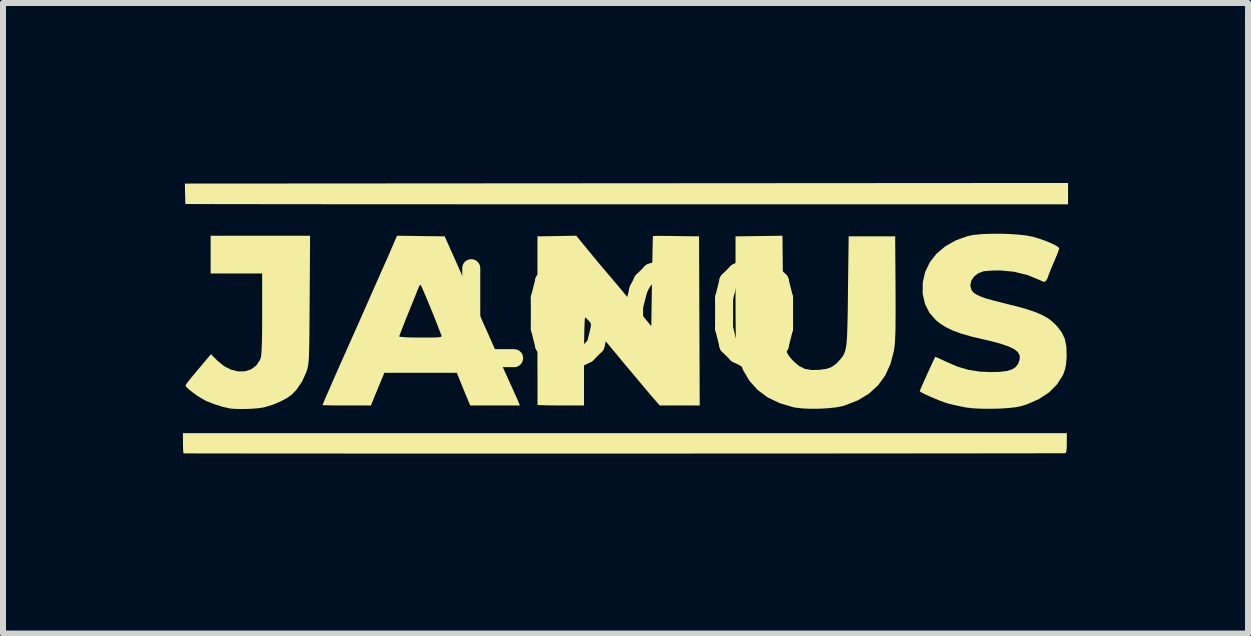
<source format=kicad_pcb>
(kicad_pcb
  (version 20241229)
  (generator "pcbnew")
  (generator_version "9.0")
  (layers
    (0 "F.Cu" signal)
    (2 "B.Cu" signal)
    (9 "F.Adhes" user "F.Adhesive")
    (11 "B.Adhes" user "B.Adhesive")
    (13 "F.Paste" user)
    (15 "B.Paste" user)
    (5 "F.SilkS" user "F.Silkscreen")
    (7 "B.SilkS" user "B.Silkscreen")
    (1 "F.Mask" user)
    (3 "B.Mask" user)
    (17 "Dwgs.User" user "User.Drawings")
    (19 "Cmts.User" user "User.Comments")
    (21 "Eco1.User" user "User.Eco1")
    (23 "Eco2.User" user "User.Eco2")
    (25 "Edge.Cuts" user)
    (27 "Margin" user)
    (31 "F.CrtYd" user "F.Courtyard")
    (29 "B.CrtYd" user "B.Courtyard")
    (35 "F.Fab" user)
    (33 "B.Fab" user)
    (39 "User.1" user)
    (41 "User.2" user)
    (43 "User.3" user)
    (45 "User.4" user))
  (footprint "LOGO"
    (layer "F.Cu")
    (at 7.377 2.242)
    (property "Reference" "LOGO" (at 0 0 0) (layer "F.SilkS") (effects (font (size 1.5 1.5) (thickness 0.3))))
    (attr board_only exclude_from_pos_files exclude_from_bom)
    (fp_poly (pts (xy 7.377 -2.064) (xy 7.377 -1.886) (xy 0.021 -1.886) (xy -0.532 -1.886) (xy -1.074 -1.886) (xy -1.603 -1.886) (xy -2.119 -1.886) (xy -2.619 -1.886) (xy -3.103 -1.887) (xy -3.569 -1.887) (xy -4.014 -1.887) (xy -4.438 -1.887) (xy -4.84 -1.887) (xy -5.217 -1.888) (xy -5.569 -1.888) (xy -5.893 -1.888) (xy -6.188 -1.889) (xy -6.453 -1.889) (xy -6.687 -1.889) (xy -6.887 -1.89) (xy -7.052 -1.89) (xy -7.181 -1.89) (xy -7.272 -1.891) (xy -7.324 -1.891) (xy -7.337 -1.891) (xy -7.338 -1.913) (xy -7.339 -1.967) (xy -7.341 -2.041) (xy -7.342 -2.064) (xy -7.345 -2.232) (xy 0.016 -2.237) (xy 7.377 -2.242)) (stroke (width 0) (type solid)) (fill yes) (layer "F.SilkS"))
    (fp_poly (pts (xy 7.356 2.096) (xy 7.354 2.187) (xy 7.346 2.241) (xy 7.334 2.263) (xy 7.33 2.263) (xy 7.134 2.264) (xy 6.906 2.264) (xy 6.649 2.265) (xy 6.363 2.265) (xy 6.052 2.265) (xy 5.716 2.266) (xy 5.358 2.266) (xy 4.979 2.266) (xy 4.581 2.267) (xy 4.166 2.267) (xy 3.736 2.267) (xy 3.292 2.268) (xy 2.837 2.268) (xy 2.371 2.268) (xy 1.898 2.268) (xy 1.418 2.268) (xy 0.934 2.269) (xy 0.447 2.269) (xy -0.041 2.269) (xy -0.528 2.269) (xy -1.013 2.269) (xy -1.492 2.269) (xy -1.966 2.269) (xy -2.431 2.269) (xy -2.887 2.269) (xy -3.33 2.269) (xy -3.761 2.269) (xy -4.176 2.269) (xy -4.573 2.269) (xy -4.952 2.268) (xy -5.31 2.268) (xy -5.646 2.268) (xy -5.957 2.268) (xy -6.243 2.268) (xy -6.5 2.267) (xy -6.727 2.267) (xy -6.923 2.267) (xy -7.086 2.267) (xy -7.213 2.266) (xy -7.304 2.266) (xy -7.356 2.265) (xy -7.368 2.265) (xy -7.372 2.241) (xy -7.375 2.187) (xy -7.377 2.112) (xy -7.377 2.092) (xy -7.377 1.928) (xy -0.01 1.928) (xy 7.356 1.928)) (stroke (width 0) (type solid)) (fill yes) (layer "F.SilkS"))
    (fp_poly (pts (xy -5.265 -0.299) (xy -5.267 -0.06) (xy -5.268 0.141) (xy -5.27 0.308) (xy -5.272 0.444) (xy -5.274 0.554) (xy -5.277 0.641) (xy -5.281 0.71) (xy -5.286 0.763) (xy -5.292 0.806) (xy -5.3 0.841) (xy -5.309 0.873) (xy -5.318 0.903) (xy -5.389 1.064) (xy -5.485 1.205) (xy -5.561 1.284) (xy -5.646 1.345) (xy -5.759 1.404) (xy -5.884 1.456) (xy -6.009 1.494) (xy -6.033 1.5) (xy -6.123 1.513) (xy -6.238 1.522) (xy -6.362 1.526) (xy -6.48 1.525) (xy -6.577 1.519) (xy -6.601 1.515) (xy -6.72 1.488) (xy -6.853 1.446) (xy -6.98 1.396) (xy -7.006 1.384) (xy -7.07 1.348) (xy -7.143 1.302) (xy -7.214 1.25) (xy -7.276 1.201) (xy -7.319 1.16) (xy -7.335 1.135) (xy -7.325 1.116) (xy -7.296 1.075) (xy -7.244 1.01) (xy -7.169 0.919) (xy -7.068 0.799) (xy -7.037 0.762) (xy -6.91 0.612) (xy -6.8 0.723) (xy -6.689 0.813) (xy -6.571 0.872) (xy -6.453 0.9) (xy -6.341 0.897) (xy -6.24 0.864) (xy -6.156 0.801) (xy -6.094 0.708) (xy -6.08 0.673) (xy -6.072 0.625) (xy -6.066 0.536) (xy -6.061 0.406) (xy -6.058 0.234) (xy -6.057 0.021) (xy -6.057 -0.066) (xy -6.057 -0.733) (xy -6.486 -0.733) (xy -6.916 -0.733) (xy -6.916 -1.048) (xy -6.916 -1.362) (xy -6.087 -1.362) (xy -5.258 -1.362)) (stroke (width 0) (type solid)) (fill yes) (layer "F.SilkS"))
    (fp_poly (pts (xy -0.594 -1.086) (xy -0.511 -0.985) (xy -0.429 -0.886) (xy -0.355 -0.799) (xy -0.297 -0.73) (xy -0.272 -0.702) (xy -0.231 -0.654) (xy -0.169 -0.58) (xy -0.09 -0.486) (xy -0.002 -0.38) (xy 0.091 -0.267) (xy 0.126 -0.225) (xy 0.43 0.145) (xy 0.441 -0.604) (xy 0.444 -0.776) (xy 0.447 -0.935) (xy 0.449 -1.076) (xy 0.452 -1.193) (xy 0.454 -1.282) (xy 0.456 -1.338) (xy 0.457 -1.357) (xy 0.478 -1.359) (xy 0.535 -1.36) (xy 0.62 -1.36) (xy 0.727 -1.359) (xy 0.844 -1.357) (xy 1.226 -1.352) (xy 1.231 0.058) (xy 1.237 1.467) (xy 0.903 1.467) (xy 0.57 1.467) (xy 0.465 1.346) (xy 0.422 1.297) (xy 0.357 1.22) (xy 0.274 1.121) (xy 0.177 1.005) (xy 0.071 0.879) (xy -0.04 0.746) (xy -0.151 0.612) (xy -0.259 0.483) (xy -0.358 0.363) (xy -0.445 0.258) (xy -0.515 0.173) (xy -0.564 0.114) (xy -0.574 0.101) (xy -0.619 0.048) (xy -0.656 0.012) (xy -0.673 0) (xy -0.678 0.02) (xy -0.682 0.078) (xy -0.685 0.167) (xy -0.688 0.285) (xy -0.69 0.425) (xy -0.691 0.584) (xy -0.692 0.733) (xy -0.692 1.467) (xy -1.079 1.467) (xy -1.202 1.466) (xy -1.308 1.465) (xy -1.392 1.463) (xy -1.447 1.46) (xy -1.467 1.457) (xy -1.467 1.434) (xy -1.467 1.374) (xy -1.467 1.278) (xy -1.467 1.151) (xy -1.467 0.996) (xy -1.468 0.816) (xy -1.468 0.615) (xy -1.468 0.397) (xy -1.468 0.164) (xy -1.468 0.047) (xy -1.468 -1.352) (xy -1.145 -1.357) (xy -0.821 -1.363)) (stroke (width 0) (type solid)) (fill yes) (layer "F.SilkS"))
    (fp_poly (pts (xy 2.625 -0.477) (xy 2.627 -0.242) (xy 2.63 -0.045) (xy 2.633 0.118) (xy 2.638 0.252) (xy 2.645 0.36) (xy 2.655 0.446) (xy 2.668 0.514) (xy 2.685 0.569) (xy 2.707 0.614) (xy 2.733 0.654) (xy 2.766 0.692) (xy 2.804 0.733) (xy 2.804 0.733) (xy 2.893 0.809) (xy 2.987 0.856) (xy 3.097 0.876) (xy 3.231 0.873) (xy 3.348 0.857) (xy 3.438 0.825) (xy 3.513 0.77) (xy 3.567 0.714) (xy 3.597 0.678) (xy 3.622 0.645) (xy 3.642 0.61) (xy 3.658 0.569) (xy 3.671 0.518) (xy 3.682 0.453) (xy 3.689 0.37) (xy 3.695 0.264) (xy 3.699 0.133) (xy 3.703 -0.029) (xy 3.706 -0.224) (xy 3.708 -0.44) (xy 3.72 -1.352) (xy 4.108 -1.352) (xy 4.495 -1.352) (xy 4.501 -0.493) (xy 4.502 -0.266) (xy 4.502 -0.077) (xy 4.501 0.079) (xy 4.5 0.207) (xy 4.496 0.311) (xy 4.492 0.396) (xy 4.486 0.467) (xy 4.478 0.527) (xy 4.474 0.555) (xy 4.417 0.774) (xy 4.329 0.967) (xy 4.209 1.132) (xy 4.056 1.271) (xy 3.872 1.382) (xy 3.656 1.466) (xy 3.615 1.478) (xy 3.509 1.499) (xy 3.374 1.513) (xy 3.225 1.521) (xy 3.074 1.522) (xy 2.934 1.515) (xy 2.819 1.501) (xy 2.799 1.497) (xy 2.569 1.428) (xy 2.371 1.333) (xy 2.204 1.21) (xy 2.067 1.059) (xy 1.96 0.878) (xy 1.881 0.668) (xy 1.873 0.639) (xy 1.864 0.6) (xy 1.856 0.559) (xy 1.85 0.511) (xy 1.845 0.451) (xy 1.841 0.377) (xy 1.838 0.282) (xy 1.836 0.164) (xy 1.835 0.018) (xy 1.834 -0.161) (xy 1.834 -0.377) (xy 1.834 -0.43) (xy 1.834 -1.352) (xy 2.225 -1.357) (xy 2.616 -1.363)) (stroke (width 0) (type solid)) (fill yes) (layer "F.SilkS"))
    (fp_poly (pts (xy -3.411 -1.357) (xy -3.014 -1.352) (xy -2.575 -0.367) (xy -2.488 -0.172) (xy -2.405 0.016) (xy -2.327 0.191) (xy -2.256 0.35) (xy -2.195 0.488) (xy -2.145 0.602) (xy -2.107 0.686) (xy -2.085 0.738) (xy -2.082 0.744) (xy -2.052 0.813) (xy -2.01 0.908) (xy -1.961 1.015) (xy -1.913 1.121) (xy -1.868 1.219) (xy -1.829 1.307) (xy -1.798 1.376) (xy -1.781 1.417) (xy -1.78 1.42) (xy -1.761 1.467) (xy -2.176 1.467) (xy -2.59 1.467) (xy -2.702 1.195) (xy -2.813 0.922) (xy -3.416 0.922) (xy -4.02 0.922) (xy -4.091 1.095) (xy -4.13 1.188) (xy -4.168 1.28) (xy -4.198 1.354) (xy -4.203 1.367) (xy -4.244 1.467) (xy -4.647 1.467) (xy -4.772 1.467) (xy -4.881 1.466) (xy -4.968 1.464) (xy -5.027 1.463) (xy -5.05 1.461) (xy -5.051 1.461) (xy -5.042 1.438) (xy -5.019 1.382) (xy -4.982 1.296) (xy -4.933 1.184) (xy -4.875 1.051) (xy -4.809 0.901) (xy -4.737 0.739) (xy -4.661 0.568) (xy -4.6 0.43) (xy -4.549 0.317) (xy -3.772 0.317) (xy -3.752 0.323) (xy -3.697 0.328) (xy -3.614 0.332) (xy -3.509 0.335) (xy -3.414 0.335) (xy -3.283 0.335) (xy -3.19 0.334) (xy -3.126 0.331) (xy -3.089 0.326) (xy -3.07 0.319) (xy -3.067 0.308) (xy -3.069 0.299) (xy -3.109 0.195) (xy -3.154 0.079) (xy -3.203 -0.043) (xy -3.252 -0.164) (xy -3.299 -0.278) (xy -3.342 -0.38) (xy -3.377 -0.462) (xy -3.403 -0.519) (xy -3.417 -0.544) (xy -3.418 -0.545) (xy -3.435 -0.528) (xy -3.454 -0.487) (xy -3.469 -0.45) (xy -3.496 -0.381) (xy -3.534 -0.288) (xy -3.578 -0.178) (xy -3.624 -0.065) (xy -3.671 0.05) (xy -3.711 0.153) (xy -3.743 0.236) (xy -3.765 0.293) (xy -3.772 0.317) (xy -3.772 0.317) (xy -4.549 0.317) (xy -4.532 0.277) (xy -4.462 0.122) (xy -4.396 -0.027) (xy -4.337 -0.162) (xy -4.288 -0.272) (xy -4.265 -0.325) (xy -4.212 -0.446) (xy -4.153 -0.578) (xy -4.098 -0.703) (xy -4.061 -0.786) (xy -4.011 -0.898) (xy -3.956 -1.021) (xy -3.906 -1.136) (xy -3.888 -1.179) (xy -3.809 -1.363)) (stroke (width 0) (type solid)) (fill yes) (layer "F.SilkS"))
    (fp_poly (pts (xy 6.41 -1.391) (xy 6.563 -1.38) (xy 6.697 -1.364) (xy 6.79 -1.345) (xy 6.891 -1.315) (xy 6.992 -1.28) (xy 7.084 -1.243) (xy 7.16 -1.207) (xy 7.211 -1.176) (xy 7.23 -1.154) (xy 7.23 -1.154) (xy 7.222 -1.126) (xy 7.201 -1.069) (xy 7.17 -0.991) (xy 7.136 -0.911) (xy 7.098 -0.822) (xy 7.068 -0.747) (xy 7.048 -0.695) (xy 7.042 -0.674) (xy 7.03 -0.646) (xy 7.014 -0.62) (xy 6.994 -0.598) (xy 6.972 -0.594) (xy 6.933 -0.61) (xy 6.904 -0.624) (xy 6.696 -0.709) (xy 6.471 -0.763) (xy 6.256 -0.783) (xy 6.156 -0.783) (xy 6.064 -0.779) (xy 5.992 -0.773) (xy 5.968 -0.769) (xy 5.877 -0.735) (xy 5.807 -0.679) (xy 5.762 -0.609) (xy 5.747 -0.533) (xy 5.767 -0.459) (xy 5.773 -0.449) (xy 5.803 -0.414) (xy 5.847 -0.383) (xy 5.912 -0.352) (xy 6 -0.32) (xy 6.119 -0.286) (xy 6.273 -0.247) (xy 6.331 -0.232) (xy 6.533 -0.182) (xy 6.698 -0.135) (xy 6.833 -0.089) (xy 6.943 -0.042) (xy 7.034 0.008) (xy 7.111 0.065) (xy 7.18 0.131) (xy 7.198 0.151) (xy 7.274 0.252) (xy 7.324 0.361) (xy 7.349 0.487) (xy 7.353 0.64) (xy 7.352 0.67) (xy 7.344 0.778) (xy 7.328 0.86) (xy 7.302 0.935) (xy 7.285 0.972) (xy 7.189 1.121) (xy 7.058 1.251) (xy 6.893 1.359) (xy 6.699 1.445) (xy 6.591 1.479) (xy 6.499 1.497) (xy 6.377 1.51) (xy 6.234 1.519) (xy 6.082 1.522) (xy 5.932 1.521) (xy 5.795 1.514) (xy 5.681 1.501) (xy 5.669 1.499) (xy 5.568 1.479) (xy 5.463 1.456) (xy 5.377 1.435) (xy 5.376 1.434) (xy 5.313 1.414) (xy 5.233 1.384) (xy 5.147 1.349) (xy 5.062 1.312) (xy 4.988 1.278) (xy 4.933 1.25) (xy 4.905 1.231) (xy 4.904 1.229) (xy 4.912 1.207) (xy 4.934 1.156) (xy 4.966 1.083) (xy 5.005 0.997) (xy 5.046 0.906) (xy 5.086 0.819) (xy 5.121 0.743) (xy 5.147 0.686) (xy 5.161 0.658) (xy 5.162 0.657) (xy 5.182 0.663) (xy 5.231 0.684) (xy 5.3 0.716) (xy 5.335 0.733) (xy 5.528 0.817) (xy 5.711 0.872) (xy 5.899 0.902) (xy 6.078 0.91) (xy 6.233 0.907) (xy 6.352 0.893) (xy 6.44 0.867) (xy 6.503 0.827) (xy 6.544 0.773) (xy 6.548 0.765) (xy 6.571 0.695) (xy 6.57 0.634) (xy 6.542 0.58) (xy 6.483 0.531) (xy 6.392 0.486) (xy 6.266 0.442) (xy 6.103 0.397) (xy 5.973 0.367) (xy 5.769 0.319) (xy 5.602 0.271) (xy 5.463 0.221) (xy 5.348 0.166) (xy 5.249 0.105) (xy 5.172 0.043) (xy 5.066 -0.078) (xy 4.993 -0.222) (xy 4.955 -0.386) (xy 4.953 -0.4) (xy 4.955 -0.587) (xy 4.996 -0.762) (xy 5.074 -0.922) (xy 5.185 -1.064) (xy 5.33 -1.186) (xy 5.504 -1.285) (xy 5.705 -1.357) (xy 5.803 -1.376) (xy 5.934 -1.389) (xy 6.085 -1.395) (xy 6.247 -1.396)) (stroke (width 0) (type solid)) (fill yes) (layer "F.SilkS")))
  (gr_rect
    (start -3 -3)
    (end 17.754 7.511)
    (stroke (width 0.1) (type default))
    (fill no)
    (layer "Edge.Cuts")))
</source>
